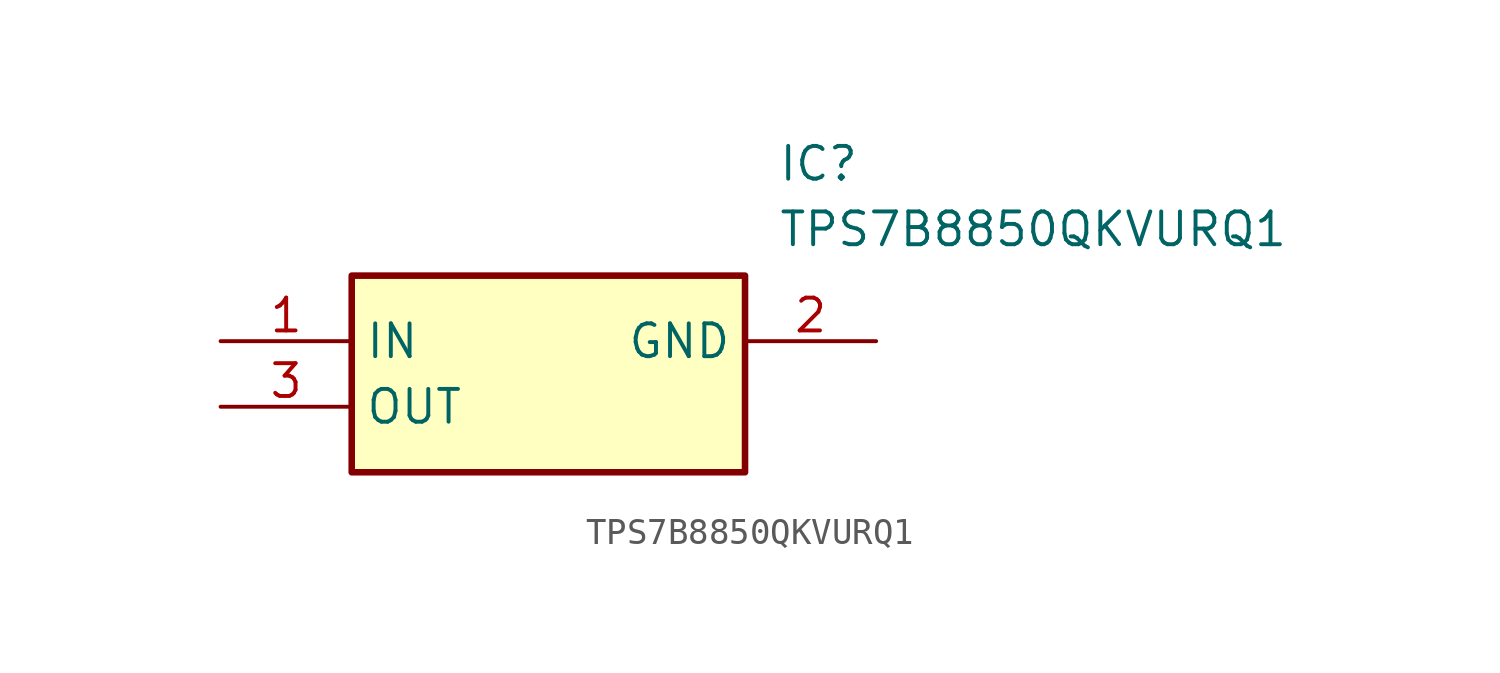
<source format=kicad_sym>
(kicad_symbol_lib
  (version 20211014)
  (generator SamacSys_ECAD_Model)
  (symbol "TPS7B8850QKVURQ1"
    (property "Reference" "IC"
      (at 21.59 7.62 0)
      (effects (font (size 1.27 1.27)) (justify left top)))
    (property "Value" "TPS7B8850QKVURQ1"
      (at 21.59 5.08 0)
      (effects (font (size 1.27 1.27)) (justify left top)))
    (rectangle
      (start 5.08 2.54)
      (end 20.32 -5.08)
      (stroke (width 0.254) (type default))
      (fill (type background)))
    (pin passive line
      (at 0 0 0)
      (length 5.08)
      (name "IN" (effects (font (size 1.27 1.27))))
      (number "1" (effects (font (size 1.27 1.27)))))
    (pin passive line
      (at 25.4 0 180)
      (length 5.08)
      (name "GND" (effects (font (size 1.27 1.27))))
      (number "2" (effects (font (size 1.27 1.27)))))
    (pin passive line
      (at 0 -2.54 0)
      (length 5.08)
      (name "OUT" (effects (font (size 1.27 1.27))))
      (number "3" (effects (font (size 1.27 1.27)))))))
</source>
